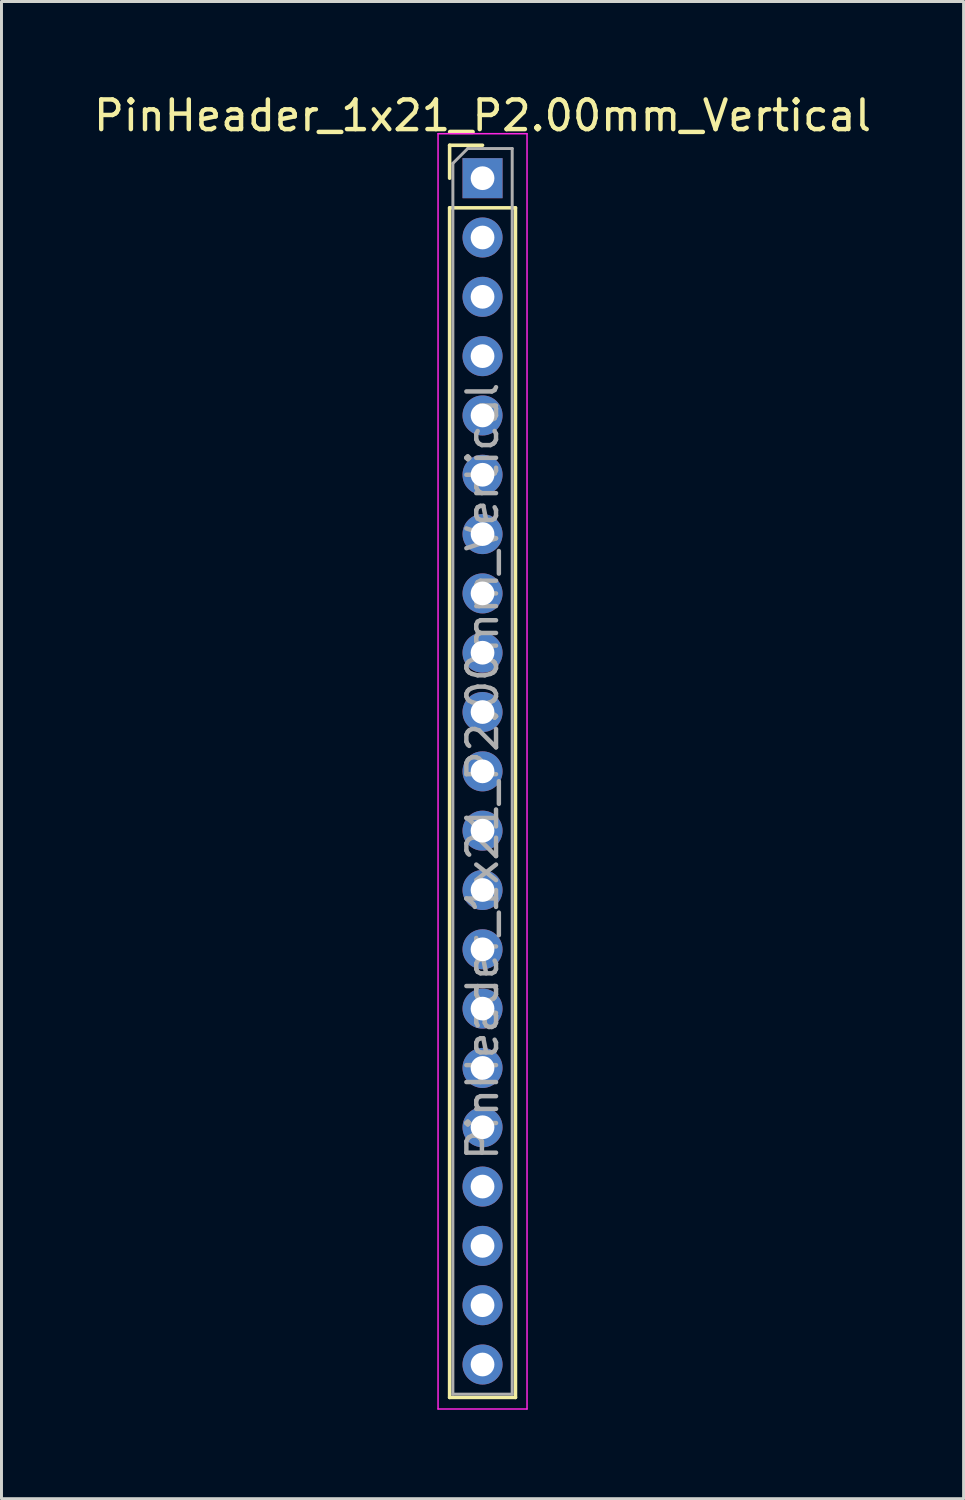
<source format=kicad_pcb>
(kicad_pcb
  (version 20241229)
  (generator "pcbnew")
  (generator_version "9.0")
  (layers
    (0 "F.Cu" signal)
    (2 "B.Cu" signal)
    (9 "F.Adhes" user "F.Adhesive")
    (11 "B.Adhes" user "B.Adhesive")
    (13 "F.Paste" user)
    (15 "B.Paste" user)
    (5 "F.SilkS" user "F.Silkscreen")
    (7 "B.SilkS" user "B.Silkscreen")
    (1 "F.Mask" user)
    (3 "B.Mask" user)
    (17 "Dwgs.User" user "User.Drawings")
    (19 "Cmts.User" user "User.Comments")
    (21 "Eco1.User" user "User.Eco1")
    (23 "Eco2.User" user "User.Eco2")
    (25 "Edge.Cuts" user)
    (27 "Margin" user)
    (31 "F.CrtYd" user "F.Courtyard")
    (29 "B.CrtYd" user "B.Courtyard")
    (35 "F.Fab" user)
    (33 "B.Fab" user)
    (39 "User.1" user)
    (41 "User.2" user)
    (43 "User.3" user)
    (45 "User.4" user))
  (footprint "PinHeader_1x21_P2.00mm_Vertical"
    (layer "F.Cu")
    (at 13.22 2.958)
    (property "Reference" "PinHeader_1x21_P2.00mm_Vertical" (at 0 -2.11 0) (layer "F.SilkS") (effects (font (size 1 1) (thickness 0.15))))
    (attr through_hole)
    (fp_line (start -1.11 -1.11) (end 0 -1.11) (stroke (width 0.12) (type solid)) (layer "F.SilkS"))
    (fp_line (start -1.11 0) (end -1.11 -1.11) (stroke (width 0.12) (type solid)) (layer "F.SilkS"))
    (fp_line (start -1.11 1) (end -1.11 41.11) (stroke (width 0.12) (type solid)) (layer "F.SilkS"))
    (fp_line (start -1.11 1) (end 1.11 1) (stroke (width 0.12) (type solid)) (layer "F.SilkS"))
    (fp_line (start -1.11 41.11) (end 1.11 41.11) (stroke (width 0.12) (type solid)) (layer "F.SilkS"))
    (fp_line (start 1.11 1) (end 1.11 41.11) (stroke (width 0.12) (type solid)) (layer "F.SilkS"))
    (fp_line (start -1.5 -1.5) (end -1.5 41.5) (stroke (width 0.05) (type solid)) (layer "F.CrtYd"))
    (fp_line (start -1.5 41.5) (end 1.5 41.5) (stroke (width 0.05) (type solid)) (layer "F.CrtYd"))
    (fp_line (start 1.5 -1.5) (end -1.5 -1.5) (stroke (width 0.05) (type solid)) (layer "F.CrtYd"))
    (fp_line (start 1.5 41.5) (end 1.5 -1.5) (stroke (width 0.05) (type solid)) (layer "F.CrtYd"))
    (fp_line (start -1 -0.5) (end -0.5 -1) (stroke (width 0.1) (type solid)) (layer "F.Fab"))
    (fp_line (start -1 41) (end -1 -0.5) (stroke (width 0.1) (type solid)) (layer "F.Fab"))
    (fp_line (start -0.5 -1) (end 1 -1) (stroke (width 0.1) (type solid)) (layer "F.Fab"))
    (fp_line (start 1 -1) (end 1 41) (stroke (width 0.1) (type solid)) (layer "F.Fab"))
    (fp_line (start 1 41) (end -1 41) (stroke (width 0.1) (type solid)) (layer "F.Fab"))
    (fp_text user "${REFERENCE}" (at 0 20 90) (layer "F.Fab") (effects (font (size 1 1) (thickness 0.15))))
    (pad "1" thru_hole rect (at 0 0) (size 1.35 1.35) (drill 0.8) (layers "*.Cu" "*.Mask"))
    (pad "2" thru_hole circle (at 0 2) (size 1.35 1.35) (drill 0.8) (layers "*.Cu" "*.Mask"))
    (pad "3" thru_hole circle (at 0 4) (size 1.35 1.35) (drill 0.8) (layers "*.Cu" "*.Mask"))
    (pad "4" thru_hole circle (at 0 6) (size 1.35 1.35) (drill 0.8) (layers "*.Cu" "*.Mask"))
    (pad "5" thru_hole circle (at 0 8) (size 1.35 1.35) (drill 0.8) (layers "*.Cu" "*.Mask"))
    (pad "6" thru_hole circle (at 0 10) (size 1.35 1.35) (drill 0.8) (layers "*.Cu" "*.Mask"))
    (pad "7" thru_hole circle (at 0 12) (size 1.35 1.35) (drill 0.8) (layers "*.Cu" "*.Mask"))
    (pad "8" thru_hole circle (at 0 14) (size 1.35 1.35) (drill 0.8) (layers "*.Cu" "*.Mask"))
    (pad "9" thru_hole circle (at 0 16) (size 1.35 1.35) (drill 0.8) (layers "*.Cu" "*.Mask"))
    (pad "10" thru_hole circle (at 0 18) (size 1.35 1.35) (drill 0.8) (layers "*.Cu" "*.Mask"))
    (pad "11" thru_hole circle (at 0 20) (size 1.35 1.35) (drill 0.8) (layers "*.Cu" "*.Mask"))
    (pad "12" thru_hole circle (at 0 22) (size 1.35 1.35) (drill 0.8) (layers "*.Cu" "*.Mask"))
    (pad "13" thru_hole circle (at 0 24) (size 1.35 1.35) (drill 0.8) (layers "*.Cu" "*.Mask"))
    (pad "14" thru_hole circle (at 0 26) (size 1.35 1.35) (drill 0.8) (layers "*.Cu" "*.Mask"))
    (pad "15" thru_hole circle (at 0 28) (size 1.35 1.35) (drill 0.8) (layers "*.Cu" "*.Mask"))
    (pad "16" thru_hole circle (at 0 30) (size 1.35 1.35) (drill 0.8) (layers "*.Cu" "*.Mask"))
    (pad "17" thru_hole circle (at 0 32) (size 1.35 1.35) (drill 0.8) (layers "*.Cu" "*.Mask"))
    (pad "18" thru_hole circle (at 0 34) (size 1.35 1.35) (drill 0.8) (layers "*.Cu" "*.Mask"))
    (pad "19" thru_hole circle (at 0 36) (size 1.35 1.35) (drill 0.8) (layers "*.Cu" "*.Mask"))
    (pad "20" thru_hole circle (at 0 38) (size 1.35 1.35) (drill 0.8) (layers "*.Cu" "*.Mask"))
    (pad "21" thru_hole circle (at 0 40) (size 1.35 1.35) (drill 0.8) (layers "*.Cu" "*.Mask")))
  (gr_rect
    (start -3 -3)
    (end 29.44 47.483)
    (stroke (width 0.1) (type default))
    (fill no)
    (layer "Edge.Cuts")))
</source>
